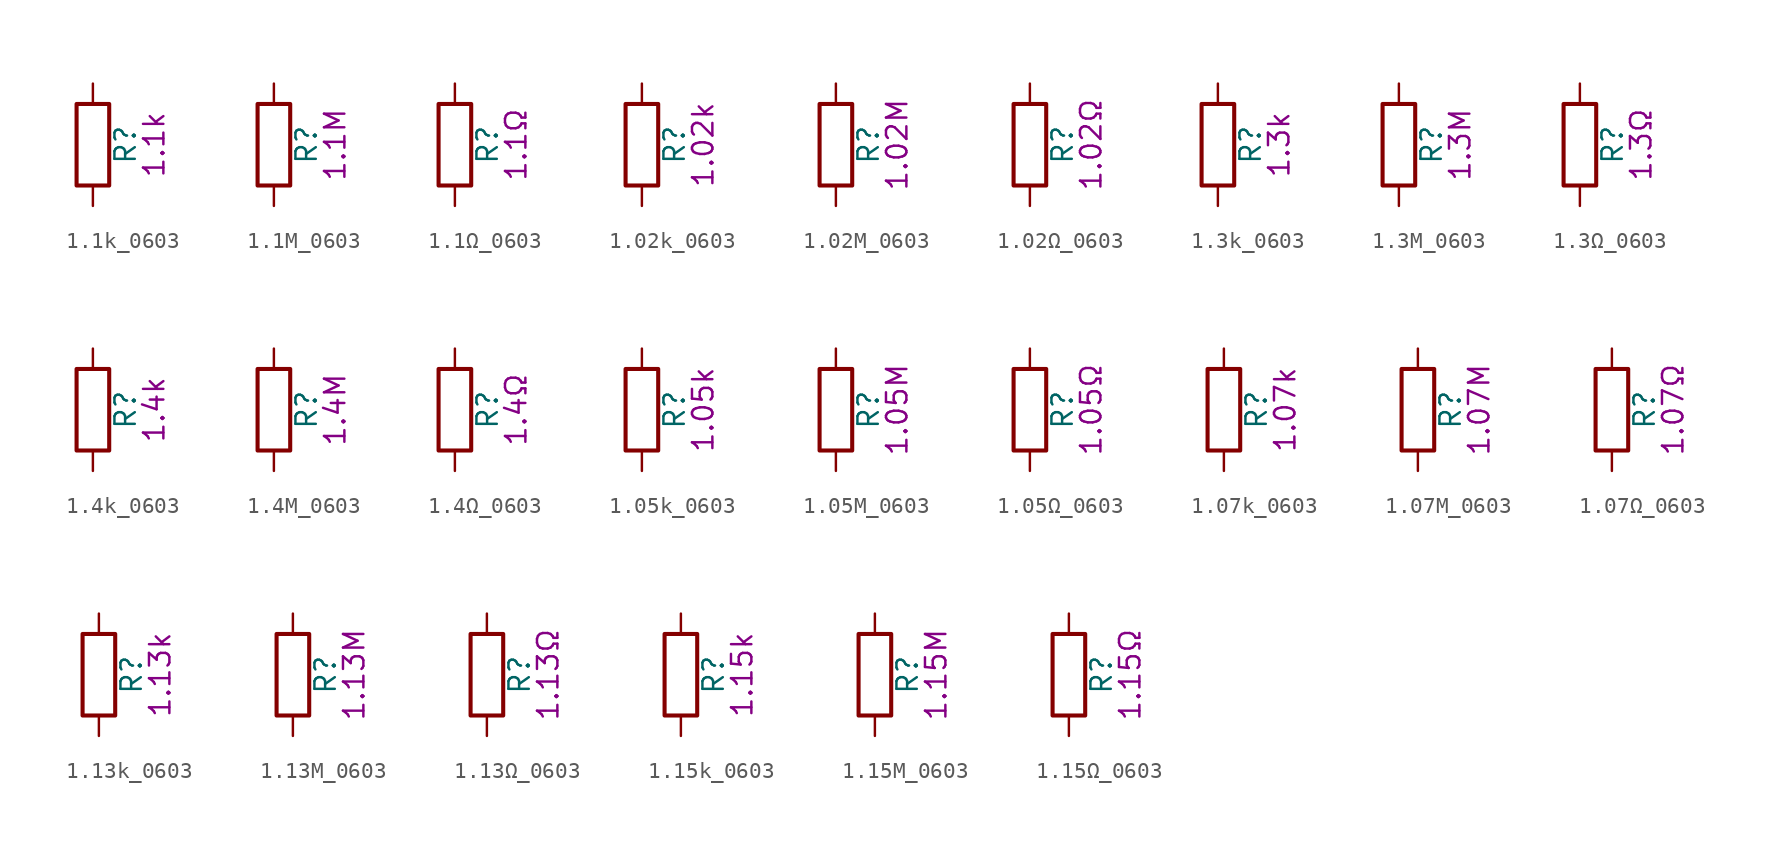
<source format=kicad_sym>
(kicad_symbol_lib
  (version 20211014)
  (generator kicad_symbol_editor)
  (symbol "1.1k_0603"
    (pin_numbers hide)
    (pin_names
      (offset 0))
    (property "Reference" "R"
      (at 2.032 0 90)
      (effects (font (size 1.27 1.27))))
    (property "Display" "1.1k"
      (at 3.81 0 90)
      (effects (font (size 1.27 1.27))))
    (symbol "1.1k_0603_0_1"
      (rectangle (start -1.016 -2.54) (end 1.016 2.54) (stroke (width 0.254) (type default) (color 0 0 0 0)) (fill (type none))))
    (symbol "1.1k_0603_1_1"
      (pin passive line (at 0 3.81 270) (length 1.27) (name "~" (effects (font (size 1.27 1.27)))) (number "1" (effects (font (size 1.27 1.27)))))
      (pin passive line (at 0 -3.81 90) (length 1.27) (name "~" (effects (font (size 1.27 1.27)))) (number "2" (effects (font (size 1.27 1.27)))))))
  (symbol "1.1M_0603"
    (pin_numbers hide)
    (pin_names
      (offset 0))
    (property "Reference" "R"
      (at 2.032 0 90)
      (effects (font (size 1.27 1.27))))
    (property "Display" "1.1M"
      (at 3.81 0 90)
      (effects (font (size 1.27 1.27))))
    (symbol "1.1M_0603_0_1"
      (rectangle (start -1.016 -2.54) (end 1.016 2.54) (stroke (width 0.254) (type default) (color 0 0 0 0)) (fill (type none))))
    (symbol "1.1M_0603_1_1"
      (pin passive line (at 0 3.81 270) (length 1.27) (name "~" (effects (font (size 1.27 1.27)))) (number "1" (effects (font (size 1.27 1.27)))))
      (pin passive line (at 0 -3.81 90) (length 1.27) (name "~" (effects (font (size 1.27 1.27)))) (number "2" (effects (font (size 1.27 1.27)))))))
  (symbol "1.1Ω_0603"
    (pin_numbers hide)
    (pin_names
      (offset 0))
    (property "Reference" "R"
      (at 2.032 0 90)
      (effects (font (size 1.27 1.27))))
    (property "Display" "1.1Ω"
      (at 3.81 0 90)
      (effects (font (size 1.27 1.27))))
    (symbol "1.1Ω_0603_0_1"
      (rectangle (start -1.016 -2.54) (end 1.016 2.54) (stroke (width 0.254) (type default) (color 0 0 0 0)) (fill (type none))))
    (symbol "1.1Ω_0603_1_1"
      (pin passive line (at 0 3.81 270) (length 1.27) (name "~" (effects (font (size 1.27 1.27)))) (number "1" (effects (font (size 1.27 1.27)))))
      (pin passive line (at 0 -3.81 90) (length 1.27) (name "~" (effects (font (size 1.27 1.27)))) (number "2" (effects (font (size 1.27 1.27)))))))
  (symbol "1.02k_0603"
    (pin_numbers hide)
    (pin_names
      (offset 0))
    (property "Reference" "R"
      (at 2.032 0 90)
      (effects (font (size 1.27 1.27))))
    (property "Display" "1.02k"
      (at 3.81 0 90)
      (effects (font (size 1.27 1.27))))
    (symbol "1.02k_0603_0_1"
      (rectangle (start -1.016 -2.54) (end 1.016 2.54) (stroke (width 0.254) (type default) (color 0 0 0 0)) (fill (type none))))
    (symbol "1.02k_0603_1_1"
      (pin passive line (at 0 3.81 270) (length 1.27) (name "~" (effects (font (size 1.27 1.27)))) (number "1" (effects (font (size 1.27 1.27)))))
      (pin passive line (at 0 -3.81 90) (length 1.27) (name "~" (effects (font (size 1.27 1.27)))) (number "2" (effects (font (size 1.27 1.27)))))))
  (symbol "1.02M_0603"
    (pin_numbers hide)
    (pin_names
      (offset 0))
    (property "Reference" "R"
      (at 2.032 0 90)
      (effects (font (size 1.27 1.27))))
    (property "Display" "1.02M"
      (at 3.81 0 90)
      (effects (font (size 1.27 1.27))))
    (symbol "1.02M_0603_0_1"
      (rectangle (start -1.016 -2.54) (end 1.016 2.54) (stroke (width 0.254) (type default) (color 0 0 0 0)) (fill (type none))))
    (symbol "1.02M_0603_1_1"
      (pin passive line (at 0 3.81 270) (length 1.27) (name "~" (effects (font (size 1.27 1.27)))) (number "1" (effects (font (size 1.27 1.27)))))
      (pin passive line (at 0 -3.81 90) (length 1.27) (name "~" (effects (font (size 1.27 1.27)))) (number "2" (effects (font (size 1.27 1.27)))))))
  (symbol "1.02Ω_0603"
    (pin_numbers hide)
    (pin_names
      (offset 0))
    (property "Reference" "R"
      (at 2.032 0 90)
      (effects (font (size 1.27 1.27))))
    (property "Display" "1.02Ω"
      (at 3.81 0 90)
      (effects (font (size 1.27 1.27))))
    (symbol "1.02Ω_0603_0_1"
      (rectangle (start -1.016 -2.54) (end 1.016 2.54) (stroke (width 0.254) (type default) (color 0 0 0 0)) (fill (type none))))
    (symbol "1.02Ω_0603_1_1"
      (pin passive line (at 0 3.81 270) (length 1.27) (name "~" (effects (font (size 1.27 1.27)))) (number "1" (effects (font (size 1.27 1.27)))))
      (pin passive line (at 0 -3.81 90) (length 1.27) (name "~" (effects (font (size 1.27 1.27)))) (number "2" (effects (font (size 1.27 1.27)))))))
  (symbol "1.3k_0603"
    (pin_numbers hide)
    (pin_names
      (offset 0))
    (property "Reference" "R"
      (at 2.032 0 90)
      (effects (font (size 1.27 1.27))))
    (property "Display" "1.3k"
      (at 3.81 0 90)
      (effects (font (size 1.27 1.27))))
    (symbol "1.3k_0603_0_1"
      (rectangle (start -1.016 -2.54) (end 1.016 2.54) (stroke (width 0.254) (type default) (color 0 0 0 0)) (fill (type none))))
    (symbol "1.3k_0603_1_1"
      (pin passive line (at 0 3.81 270) (length 1.27) (name "~" (effects (font (size 1.27 1.27)))) (number "1" (effects (font (size 1.27 1.27)))))
      (pin passive line (at 0 -3.81 90) (length 1.27) (name "~" (effects (font (size 1.27 1.27)))) (number "2" (effects (font (size 1.27 1.27)))))))
  (symbol "1.3M_0603"
    (pin_numbers hide)
    (pin_names
      (offset 0))
    (property "Reference" "R"
      (at 2.032 0 90)
      (effects (font (size 1.27 1.27))))
    (property "Display" "1.3M"
      (at 3.81 0 90)
      (effects (font (size 1.27 1.27))))
    (symbol "1.3M_0603_0_1"
      (rectangle (start -1.016 -2.54) (end 1.016 2.54) (stroke (width 0.254) (type default) (color 0 0 0 0)) (fill (type none))))
    (symbol "1.3M_0603_1_1"
      (pin passive line (at 0 3.81 270) (length 1.27) (name "~" (effects (font (size 1.27 1.27)))) (number "1" (effects (font (size 1.27 1.27)))))
      (pin passive line (at 0 -3.81 90) (length 1.27) (name "~" (effects (font (size 1.27 1.27)))) (number "2" (effects (font (size 1.27 1.27)))))))
  (symbol "1.3Ω_0603"
    (pin_numbers hide)
    (pin_names
      (offset 0))
    (property "Reference" "R"
      (at 2.032 0 90)
      (effects (font (size 1.27 1.27))))
    (property "Display" "1.3Ω"
      (at 3.81 0 90)
      (effects (font (size 1.27 1.27))))
    (symbol "1.3Ω_0603_0_1"
      (rectangle (start -1.016 -2.54) (end 1.016 2.54) (stroke (width 0.254) (type default) (color 0 0 0 0)) (fill (type none))))
    (symbol "1.3Ω_0603_1_1"
      (pin passive line (at 0 3.81 270) (length 1.27) (name "~" (effects (font (size 1.27 1.27)))) (number "1" (effects (font (size 1.27 1.27)))))
      (pin passive line (at 0 -3.81 90) (length 1.27) (name "~" (effects (font (size 1.27 1.27)))) (number "2" (effects (font (size 1.27 1.27)))))))
  (symbol "1.4k_0603"
    (pin_numbers hide)
    (pin_names
      (offset 0))
    (property "Reference" "R"
      (at 2.032 0 90)
      (effects (font (size 1.27 1.27))))
    (property "Display" "1.4k"
      (at 3.81 0 90)
      (effects (font (size 1.27 1.27))))
    (symbol "1.4k_0603_0_1"
      (rectangle (start -1.016 -2.54) (end 1.016 2.54) (stroke (width 0.254) (type default) (color 0 0 0 0)) (fill (type none))))
    (symbol "1.4k_0603_1_1"
      (pin passive line (at 0 3.81 270) (length 1.27) (name "~" (effects (font (size 1.27 1.27)))) (number "1" (effects (font (size 1.27 1.27)))))
      (pin passive line (at 0 -3.81 90) (length 1.27) (name "~" (effects (font (size 1.27 1.27)))) (number "2" (effects (font (size 1.27 1.27)))))))
  (symbol "1.4M_0603"
    (pin_numbers hide)
    (pin_names
      (offset 0))
    (property "Reference" "R"
      (at 2.032 0 90)
      (effects (font (size 1.27 1.27))))
    (property "Display" "1.4M"
      (at 3.81 0 90)
      (effects (font (size 1.27 1.27))))
    (symbol "1.4M_0603_0_1"
      (rectangle (start -1.016 -2.54) (end 1.016 2.54) (stroke (width 0.254) (type default) (color 0 0 0 0)) (fill (type none))))
    (symbol "1.4M_0603_1_1"
      (pin passive line (at 0 3.81 270) (length 1.27) (name "~" (effects (font (size 1.27 1.27)))) (number "1" (effects (font (size 1.27 1.27)))))
      (pin passive line (at 0 -3.81 90) (length 1.27) (name "~" (effects (font (size 1.27 1.27)))) (number "2" (effects (font (size 1.27 1.27)))))))
  (symbol "1.4Ω_0603"
    (pin_numbers hide)
    (pin_names
      (offset 0))
    (property "Reference" "R"
      (at 2.032 0 90)
      (effects (font (size 1.27 1.27))))
    (property "Display" "1.4Ω"
      (at 3.81 0 90)
      (effects (font (size 1.27 1.27))))
    (symbol "1.4Ω_0603_0_1"
      (rectangle (start -1.016 -2.54) (end 1.016 2.54) (stroke (width 0.254) (type default) (color 0 0 0 0)) (fill (type none))))
    (symbol "1.4Ω_0603_1_1"
      (pin passive line (at 0 3.81 270) (length 1.27) (name "~" (effects (font (size 1.27 1.27)))) (number "1" (effects (font (size 1.27 1.27)))))
      (pin passive line (at 0 -3.81 90) (length 1.27) (name "~" (effects (font (size 1.27 1.27)))) (number "2" (effects (font (size 1.27 1.27)))))))
  (symbol "1.05k_0603"
    (pin_numbers hide)
    (pin_names
      (offset 0))
    (property "Reference" "R"
      (at 2.032 0 90)
      (effects (font (size 1.27 1.27))))
    (property "Display" "1.05k"
      (at 3.81 0 90)
      (effects (font (size 1.27 1.27))))
    (symbol "1.05k_0603_0_1"
      (rectangle (start -1.016 -2.54) (end 1.016 2.54) (stroke (width 0.254) (type default) (color 0 0 0 0)) (fill (type none))))
    (symbol "1.05k_0603_1_1"
      (pin passive line (at 0 3.81 270) (length 1.27) (name "~" (effects (font (size 1.27 1.27)))) (number "1" (effects (font (size 1.27 1.27)))))
      (pin passive line (at 0 -3.81 90) (length 1.27) (name "~" (effects (font (size 1.27 1.27)))) (number "2" (effects (font (size 1.27 1.27)))))))
  (symbol "1.05M_0603"
    (pin_numbers hide)
    (pin_names
      (offset 0))
    (property "Reference" "R"
      (at 2.032 0 90)
      (effects (font (size 1.27 1.27))))
    (property "Display" "1.05M"
      (at 3.81 0 90)
      (effects (font (size 1.27 1.27))))
    (symbol "1.05M_0603_0_1"
      (rectangle (start -1.016 -2.54) (end 1.016 2.54) (stroke (width 0.254) (type default) (color 0 0 0 0)) (fill (type none))))
    (symbol "1.05M_0603_1_1"
      (pin passive line (at 0 3.81 270) (length 1.27) (name "~" (effects (font (size 1.27 1.27)))) (number "1" (effects (font (size 1.27 1.27)))))
      (pin passive line (at 0 -3.81 90) (length 1.27) (name "~" (effects (font (size 1.27 1.27)))) (number "2" (effects (font (size 1.27 1.27)))))))
  (symbol "1.05Ω_0603"
    (pin_numbers hide)
    (pin_names
      (offset 0))
    (property "Reference" "R"
      (at 2.032 0 90)
      (effects (font (size 1.27 1.27))))
    (property "Display" "1.05Ω"
      (at 3.81 0 90)
      (effects (font (size 1.27 1.27))))
    (symbol "1.05Ω_0603_0_1"
      (rectangle (start -1.016 -2.54) (end 1.016 2.54) (stroke (width 0.254) (type default) (color 0 0 0 0)) (fill (type none))))
    (symbol "1.05Ω_0603_1_1"
      (pin passive line (at 0 3.81 270) (length 1.27) (name "~" (effects (font (size 1.27 1.27)))) (number "1" (effects (font (size 1.27 1.27)))))
      (pin passive line (at 0 -3.81 90) (length 1.27) (name "~" (effects (font (size 1.27 1.27)))) (number "2" (effects (font (size 1.27 1.27)))))))
  (symbol "1.07k_0603"
    (pin_numbers hide)
    (pin_names
      (offset 0))
    (property "Reference" "R"
      (at 2.032 0 90)
      (effects (font (size 1.27 1.27))))
    (property "Display" "1.07k"
      (at 3.81 0 90)
      (effects (font (size 1.27 1.27))))
    (symbol "1.07k_0603_0_1"
      (rectangle (start -1.016 -2.54) (end 1.016 2.54) (stroke (width 0.254) (type default) (color 0 0 0 0)) (fill (type none))))
    (symbol "1.07k_0603_1_1"
      (pin passive line (at 0 3.81 270) (length 1.27) (name "~" (effects (font (size 1.27 1.27)))) (number "1" (effects (font (size 1.27 1.27)))))
      (pin passive line (at 0 -3.81 90) (length 1.27) (name "~" (effects (font (size 1.27 1.27)))) (number "2" (effects (font (size 1.27 1.27)))))))
  (symbol "1.07M_0603"
    (pin_numbers hide)
    (pin_names
      (offset 0))
    (property "Reference" "R"
      (at 2.032 0 90)
      (effects (font (size 1.27 1.27))))
    (property "Display" "1.07M"
      (at 3.81 0 90)
      (effects (font (size 1.27 1.27))))
    (symbol "1.07M_0603_0_1"
      (rectangle (start -1.016 -2.54) (end 1.016 2.54) (stroke (width 0.254) (type default) (color 0 0 0 0)) (fill (type none))))
    (symbol "1.07M_0603_1_1"
      (pin passive line (at 0 3.81 270) (length 1.27) (name "~" (effects (font (size 1.27 1.27)))) (number "1" (effects (font (size 1.27 1.27)))))
      (pin passive line (at 0 -3.81 90) (length 1.27) (name "~" (effects (font (size 1.27 1.27)))) (number "2" (effects (font (size 1.27 1.27)))))))
  (symbol "1.07Ω_0603"
    (pin_numbers hide)
    (pin_names
      (offset 0))
    (property "Reference" "R"
      (at 2.032 0 90)
      (effects (font (size 1.27 1.27))))
    (property "Display" "1.07Ω"
      (at 3.81 0 90)
      (effects (font (size 1.27 1.27))))
    (symbol "1.07Ω_0603_0_1"
      (rectangle (start -1.016 -2.54) (end 1.016 2.54) (stroke (width 0.254) (type default) (color 0 0 0 0)) (fill (type none))))
    (symbol "1.07Ω_0603_1_1"
      (pin passive line (at 0 3.81 270) (length 1.27) (name "~" (effects (font (size 1.27 1.27)))) (number "1" (effects (font (size 1.27 1.27)))))
      (pin passive line (at 0 -3.81 90) (length 1.27) (name "~" (effects (font (size 1.27 1.27)))) (number "2" (effects (font (size 1.27 1.27)))))))
  (symbol "1.13k_0603"
    (pin_numbers hide)
    (pin_names
      (offset 0))
    (property "Reference" "R"
      (at 2.032 0 90)
      (effects (font (size 1.27 1.27))))
    (property "Display" "1.13k"
      (at 3.81 0 90)
      (effects (font (size 1.27 1.27))))
    (symbol "1.13k_0603_0_1"
      (rectangle (start -1.016 -2.54) (end 1.016 2.54) (stroke (width 0.254) (type default) (color 0 0 0 0)) (fill (type none))))
    (symbol "1.13k_0603_1_1"
      (pin passive line (at 0 3.81 270) (length 1.27) (name "~" (effects (font (size 1.27 1.27)))) (number "1" (effects (font (size 1.27 1.27)))))
      (pin passive line (at 0 -3.81 90) (length 1.27) (name "~" (effects (font (size 1.27 1.27)))) (number "2" (effects (font (size 1.27 1.27)))))))
  (symbol "1.13M_0603"
    (pin_numbers hide)
    (pin_names
      (offset 0))
    (property "Reference" "R"
      (at 2.032 0 90)
      (effects (font (size 1.27 1.27))))
    (property "Display" "1.13M"
      (at 3.81 0 90)
      (effects (font (size 1.27 1.27))))
    (symbol "1.13M_0603_0_1"
      (rectangle (start -1.016 -2.54) (end 1.016 2.54) (stroke (width 0.254) (type default) (color 0 0 0 0)) (fill (type none))))
    (symbol "1.13M_0603_1_1"
      (pin passive line (at 0 3.81 270) (length 1.27) (name "~" (effects (font (size 1.27 1.27)))) (number "1" (effects (font (size 1.27 1.27)))))
      (pin passive line (at 0 -3.81 90) (length 1.27) (name "~" (effects (font (size 1.27 1.27)))) (number "2" (effects (font (size 1.27 1.27)))))))
  (symbol "1.13Ω_0603"
    (pin_numbers hide)
    (pin_names
      (offset 0))
    (property "Reference" "R"
      (at 2.032 0 90)
      (effects (font (size 1.27 1.27))))
    (property "Display" "1.13Ω"
      (at 3.81 0 90)
      (effects (font (size 1.27 1.27))))
    (symbol "1.13Ω_0603_0_1"
      (rectangle (start -1.016 -2.54) (end 1.016 2.54) (stroke (width 0.254) (type default) (color 0 0 0 0)) (fill (type none))))
    (symbol "1.13Ω_0603_1_1"
      (pin passive line (at 0 3.81 270) (length 1.27) (name "~" (effects (font (size 1.27 1.27)))) (number "1" (effects (font (size 1.27 1.27)))))
      (pin passive line (at 0 -3.81 90) (length 1.27) (name "~" (effects (font (size 1.27 1.27)))) (number "2" (effects (font (size 1.27 1.27)))))))
  (symbol "1.15k_0603"
    (pin_numbers hide)
    (pin_names
      (offset 0))
    (property "Reference" "R"
      (at 2.032 0 90)
      (effects (font (size 1.27 1.27))))
    (property "Display" "1.15k"
      (at 3.81 0 90)
      (effects (font (size 1.27 1.27))))
    (symbol "1.15k_0603_0_1"
      (rectangle (start -1.016 -2.54) (end 1.016 2.54) (stroke (width 0.254) (type default) (color 0 0 0 0)) (fill (type none))))
    (symbol "1.15k_0603_1_1"
      (pin passive line (at 0 3.81 270) (length 1.27) (name "~" (effects (font (size 1.27 1.27)))) (number "1" (effects (font (size 1.27 1.27)))))
      (pin passive line (at 0 -3.81 90) (length 1.27) (name "~" (effects (font (size 1.27 1.27)))) (number "2" (effects (font (size 1.27 1.27)))))))
  (symbol "1.15M_0603"
    (pin_numbers hide)
    (pin_names
      (offset 0))
    (property "Reference" "R"
      (at 2.032 0 90)
      (effects (font (size 1.27 1.27))))
    (property "Display" "1.15M"
      (at 3.81 0 90)
      (effects (font (size 1.27 1.27))))
    (symbol "1.15M_0603_0_1"
      (rectangle (start -1.016 -2.54) (end 1.016 2.54) (stroke (width 0.254) (type default) (color 0 0 0 0)) (fill (type none))))
    (symbol "1.15M_0603_1_1"
      (pin passive line (at 0 3.81 270) (length 1.27) (name "~" (effects (font (size 1.27 1.27)))) (number "1" (effects (font (size 1.27 1.27)))))
      (pin passive line (at 0 -3.81 90) (length 1.27) (name "~" (effects (font (size 1.27 1.27)))) (number "2" (effects (font (size 1.27 1.27)))))))
  (symbol "1.15Ω_0603"
    (pin_numbers hide)
    (pin_names
      (offset 0))
    (property "Reference" "R"
      (at 2.032 0 90)
      (effects (font (size 1.27 1.27))))
    (property "Display" "1.15Ω"
      (at 3.81 0 90)
      (effects (font (size 1.27 1.27))))
    (symbol "1.15Ω_0603_0_1"
      (rectangle (start -1.016 -2.54) (end 1.016 2.54) (stroke (width 0.254) (type default) (color 0 0 0 0)) (fill (type none))))
    (symbol "1.15Ω_0603_1_1"
      (pin passive line (at 0 3.81 270) (length 1.27) (name "~" (effects (font (size 1.27 1.27)))) (number "1" (effects (font (size 1.27 1.27)))))
      (pin passive line (at 0 -3.81 90) (length 1.27) (name "~" (effects (font (size 1.27 1.27)))) (number "2" (effects (font (size 1.27 1.27))))))))
</source>
